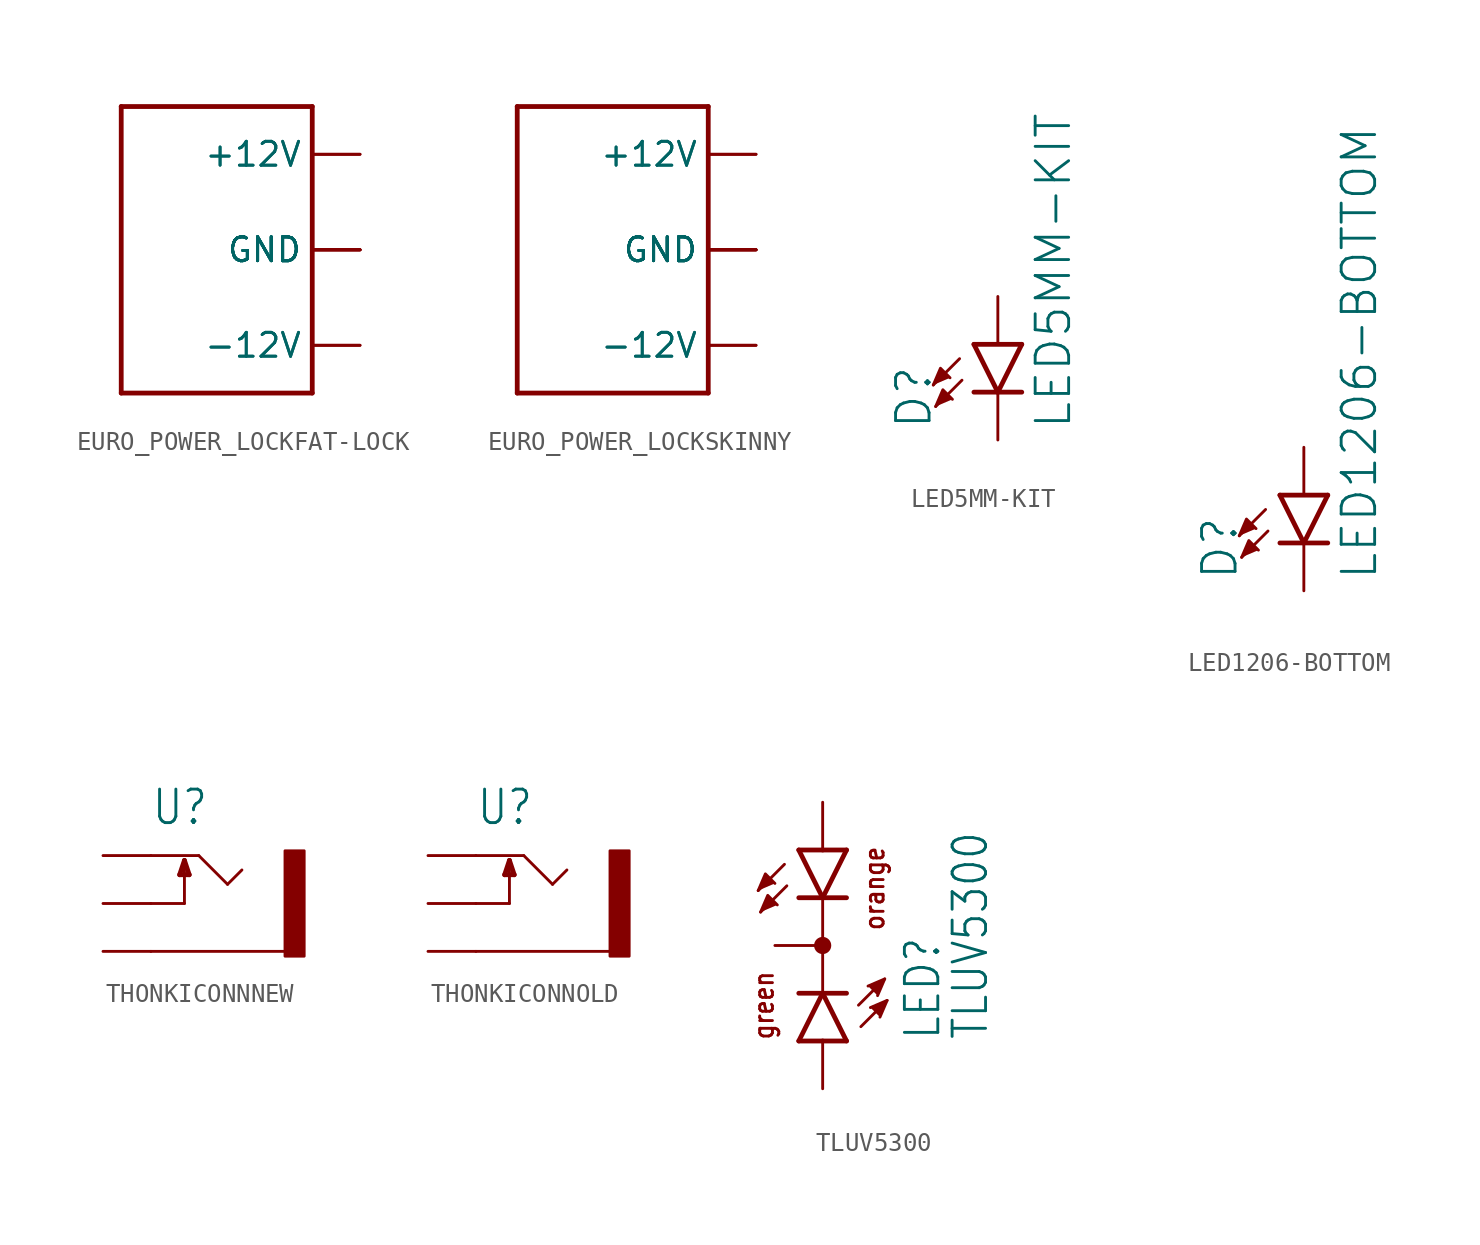
<source format=kicad_sym>
(kicad_symbol_lib
  (version 20211014)
  (generator kicad_symbol_editor)
  (symbol "EURO_POWER_LOCKFAT-LOCK"
    (property "Reference" "C"
      (at 0 0 0)
      (effects (font (size 1.27 1.27)) hide))
    (property "ki_locked" ""
      (at 0 0 0)
      (effects (font (size 1.27 1.27))))
    (symbol "EURO_POWER_LOCKFAT-LOCK_1_0"
      (polyline (pts (xy -7.62 7.62) (xy -7.62 -7.62)) (stroke (width 0.254) (type default) (color 0 0 0 0)) (fill (type none)))
      (polyline (pts (xy 2.54 -7.62) (xy -7.62 -7.62)) (stroke (width 0.254) (type default) (color 0 0 0 0)) (fill (type none)))
      (polyline (pts (xy 2.54 7.62) (xy -7.62 7.62)) (stroke (width 0.254) (type default) (color 0 0 0 0)) (fill (type none)))
      (polyline (pts (xy 2.54 7.62) (xy 2.54 -7.62)) (stroke (width 0.254) (type default) (color 0 0 0 0)) (fill (type none)))
      (pin bidirectional line (at 5.08 0 180) (length 2.54) (name "GND" (effects (font (size 1.27 1.27)))) (number "GND1" (effects (font (size 0 0)))))
      (pin bidirectional line (at 5.08 0 180) (length 2.54) (name "GND" (effects (font (size 1.27 1.27)))) (number "GND2" (effects (font (size 0 0)))))
      (pin bidirectional line (at 5.08 0 180) (length 2.54) (name "GND" (effects (font (size 1.27 1.27)))) (number "GND3" (effects (font (size 0 0)))))
      (pin bidirectional line (at 5.08 0 180) (length 2.54) (name "GND" (effects (font (size 1.27 1.27)))) (number "GND4" (effects (font (size 0 0)))))
      (pin bidirectional line (at 5.08 0 180) (length 2.54) (name "GND" (effects (font (size 1.27 1.27)))) (number "GND5" (effects (font (size 0 0)))))
      (pin bidirectional line (at 5.08 0 180) (length 2.54) (name "GND" (effects (font (size 1.27 1.27)))) (number "GND6" (effects (font (size 0 0)))))
      (pin bidirectional line (at 5.08 -5.08 180) (length 2.54) (name "-12V" (effects (font (size 1.27 1.27)))) (number "NEG1" (effects (font (size 0 0)))))
      (pin bidirectional line (at 5.08 -5.08 180) (length 2.54) (name "-12V" (effects (font (size 1.27 1.27)))) (number "NEG2" (effects (font (size 0 0)))))
      (pin bidirectional line (at 5.08 5.08 180) (length 2.54) (name "+12V" (effects (font (size 1.27 1.27)))) (number "POS1" (effects (font (size 0 0)))))
      (pin bidirectional line (at 5.08 5.08 180) (length 2.54) (name "+12V" (effects (font (size 1.27 1.27)))) (number "POS2" (effects (font (size 0 0)))))))
  (symbol "EURO_POWER_LOCKSKINNY"
    (property "Reference" "C"
      (at 0 0 0)
      (effects (font (size 1.27 1.27)) hide))
    (property "ki_locked" ""
      (at 0 0 0)
      (effects (font (size 1.27 1.27))))
    (symbol "EURO_POWER_LOCKSKINNY_1_0"
      (polyline (pts (xy -7.62 7.62) (xy -7.62 -7.62)) (stroke (width 0.254) (type default) (color 0 0 0 0)) (fill (type none)))
      (polyline (pts (xy 2.54 -7.62) (xy -7.62 -7.62)) (stroke (width 0.254) (type default) (color 0 0 0 0)) (fill (type none)))
      (polyline (pts (xy 2.54 7.62) (xy -7.62 7.62)) (stroke (width 0.254) (type default) (color 0 0 0 0)) (fill (type none)))
      (polyline (pts (xy 2.54 7.62) (xy 2.54 -7.62)) (stroke (width 0.254) (type default) (color 0 0 0 0)) (fill (type none)))
      (pin bidirectional line (at 5.08 -5.08 180) (length 2.54) (name "-12V" (effects (font (size 1.27 1.27)))) (number "1" (effects (font (size 0 0)))))
      (pin bidirectional line (at 5.08 5.08 180) (length 2.54) (name "+12V" (effects (font (size 1.27 1.27)))) (number "10" (effects (font (size 0 0)))))
      (pin bidirectional line (at 5.08 -5.08 180) (length 2.54) (name "-12V" (effects (font (size 1.27 1.27)))) (number "2" (effects (font (size 0 0)))))
      (pin bidirectional line (at 5.08 0 180) (length 2.54) (name "GND" (effects (font (size 1.27 1.27)))) (number "3" (effects (font (size 0 0)))))
      (pin bidirectional line (at 5.08 0 180) (length 2.54) (name "GND" (effects (font (size 1.27 1.27)))) (number "4" (effects (font (size 0 0)))))
      (pin bidirectional line (at 5.08 0 180) (length 2.54) (name "GND" (effects (font (size 1.27 1.27)))) (number "5" (effects (font (size 0 0)))))
      (pin bidirectional line (at 5.08 0 180) (length 2.54) (name "GND" (effects (font (size 1.27 1.27)))) (number "6" (effects (font (size 0 0)))))
      (pin bidirectional line (at 5.08 0 180) (length 2.54) (name "GND" (effects (font (size 1.27 1.27)))) (number "7" (effects (font (size 0 0)))))
      (pin bidirectional line (at 5.08 0 180) (length 2.54) (name "GND" (effects (font (size 1.27 1.27)))) (number "8" (effects (font (size 0 0)))))
      (pin bidirectional line (at 5.08 5.08 180) (length 2.54) (name "+12V" (effects (font (size 1.27 1.27)))) (number "9" (effects (font (size 0 0)))))))
  (symbol "LED5MM-KIT"
    (property "Reference" "D"
      (at -3.429 -4.572 90)
      (effects (font (size 1.778 1.778)) (justify left bottom)))
    (property "Value" "LED5MM-KIT"
      (at 1.905 -4.572 90)
      (effects (font (size 1.778 1.778)) (justify left top)))
    (property "ki_locked" ""
      (at 0 0 0)
      (effects (font (size 1.27 1.27))))
    (symbol "LED5MM-KIT_1_0"
      (polyline (pts (xy -2.032 -0.762) (xy -3.429 -2.159)) (stroke (width 0.152) (type default) (color 0 0 0 0)) (fill (type none)))
      (polyline (pts (xy -1.905 -1.905) (xy -3.302 -3.302)) (stroke (width 0.152) (type default) (color 0 0 0 0)) (fill (type none)))
      (polyline (pts (xy 0 -2.54) (xy -1.27 -2.54)) (stroke (width 0.254) (type default) (color 0 0 0 0)) (fill (type none)))
      (polyline (pts (xy 0 -2.54) (xy -1.27 0)) (stroke (width 0.254) (type default) (color 0 0 0 0)) (fill (type none)))
      (polyline (pts (xy 1.27 -2.54) (xy 0 -2.54)) (stroke (width 0.254) (type default) (color 0 0 0 0)) (fill (type none)))
      (polyline (pts (xy 1.27 0) (xy -1.27 0)) (stroke (width 0.254) (type default) (color 0 0 0 0)) (fill (type none)))
      (polyline (pts (xy 1.27 0) (xy 0 -2.54)) (stroke (width 0.254) (type default) (color 0 0 0 0)) (fill (type none)))
      (polyline (pts (xy -3.429 -2.159) (xy -3.048 -1.27) (xy -2.54 -1.778)) (stroke (width 0) (type default) (color 0 0 0 0)) (fill (type outline)))
      (polyline (pts (xy -3.302 -3.302) (xy -2.921 -2.413) (xy -2.413 -2.921)) (stroke (width 0) (type default) (color 0 0 0 0)) (fill (type outline)))
      (pin passive line (at 0 2.54 270) (length 2.54) (name "A" (effects (font (size 0 0)))) (number "A" (effects (font (size 0 0)))))
      (pin passive line (at 0 -5.08 90) (length 2.54) (name "C" (effects (font (size 0 0)))) (number "K" (effects (font (size 0 0)))))))
  (symbol "LED1206-BOTTOM"
    (property "Reference" "D"
      (at -3.429 -4.572 90)
      (effects (font (size 1.778 1.778)) (justify left bottom)))
    (property "Value" "LED1206-BOTTOM"
      (at 1.905 -4.572 90)
      (effects (font (size 1.778 1.778)) (justify left top)))
    (property "ki_locked" ""
      (at 0 0 0)
      (effects (font (size 1.27 1.27))))
    (symbol "LED1206-BOTTOM_1_0"
      (polyline (pts (xy -2.032 -0.762) (xy -3.429 -2.159)) (stroke (width 0.152) (type default) (color 0 0 0 0)) (fill (type none)))
      (polyline (pts (xy -1.905 -1.905) (xy -3.302 -3.302)) (stroke (width 0.152) (type default) (color 0 0 0 0)) (fill (type none)))
      (polyline (pts (xy 0 -2.54) (xy -1.27 -2.54)) (stroke (width 0.254) (type default) (color 0 0 0 0)) (fill (type none)))
      (polyline (pts (xy 0 -2.54) (xy -1.27 0)) (stroke (width 0.254) (type default) (color 0 0 0 0)) (fill (type none)))
      (polyline (pts (xy 1.27 -2.54) (xy 0 -2.54)) (stroke (width 0.254) (type default) (color 0 0 0 0)) (fill (type none)))
      (polyline (pts (xy 1.27 0) (xy -1.27 0)) (stroke (width 0.254) (type default) (color 0 0 0 0)) (fill (type none)))
      (polyline (pts (xy 1.27 0) (xy 0 -2.54)) (stroke (width 0.254) (type default) (color 0 0 0 0)) (fill (type none)))
      (polyline (pts (xy -3.429 -2.159) (xy -3.048 -1.27) (xy -2.54 -1.778)) (stroke (width 0) (type default) (color 0 0 0 0)) (fill (type outline)))
      (polyline (pts (xy -3.302 -3.302) (xy -2.921 -2.413) (xy -2.413 -2.921)) (stroke (width 0) (type default) (color 0 0 0 0)) (fill (type outline)))
      (pin passive line (at 0 2.54 270) (length 2.54) (name "A" (effects (font (size 0 0)))) (number "A" (effects (font (size 0 0)))))
      (pin passive line (at 0 -5.08 90) (length 2.54) (name "C" (effects (font (size 0 0)))) (number "C" (effects (font (size 0 0)))))))
  (symbol "THONKICONNNEW"
    (property "Reference" "U"
      (at -2.54 4.064 0)
      (effects (font (size 1.778 1.511)) (justify left bottom)))
    (property "ki_locked" ""
      (at 0 0 0)
      (effects (font (size 1.27 1.27))))
    (symbol "THONKICONNNEW_1_0"
      (polyline (pts (xy -2.54 -2.54) (xy 4.572 -2.54)) (stroke (width 0.152) (type default) (color 0 0 0 0)) (fill (type none)))
      (polyline (pts (xy -2.54 0) (xy -0.762 0)) (stroke (width 0.152) (type default) (color 0 0 0 0)) (fill (type none)))
      (polyline (pts (xy -2.54 2.54) (xy 0 2.54)) (stroke (width 0.152) (type default) (color 0 0 0 0)) (fill (type none)))
      (polyline (pts (xy -1.016 1.524) (xy -0.508 1.524)) (stroke (width 0.254) (type default) (color 0 0 0 0)) (fill (type none)))
      (polyline (pts (xy -0.762 0) (xy -0.762 2.286)) (stroke (width 0.152) (type default) (color 0 0 0 0)) (fill (type none)))
      (polyline (pts (xy -0.762 2.286) (xy -1.016 1.524)) (stroke (width 0.254) (type default) (color 0 0 0 0)) (fill (type none)))
      (polyline (pts (xy -0.508 1.524) (xy -0.762 2.286)) (stroke (width 0.254) (type default) (color 0 0 0 0)) (fill (type none)))
      (polyline (pts (xy 0 2.54) (xy 1.524 1.016)) (stroke (width 0.152) (type default) (color 0 0 0 0)) (fill (type none)))
      (polyline (pts (xy 1.524 1.016) (xy 2.286 1.778)) (stroke (width 0.152) (type default) (color 0 0 0 0)) (fill (type none)))
      (rectangle (start 4.572 2.794) (end 5.588 -2.794) (stroke (width 0) (type default) (color 0 0 0 0)) (fill (type outline)))
      (pin passive line (at -5.08 2.54 0) (length 2.54) (name "TIP" (effects (font (size 0 0)))) (number "P$1_TIP" (effects (font (size 0 0)))))
      (pin passive line (at -5.08 0 0) (length 2.54) (name "SWITCH" (effects (font (size 0 0)))) (number "P$2_SWITCH" (effects (font (size 0 0)))))
      (pin passive line (at -5.08 -2.54 0) (length 2.54) (name "SLEEVE" (effects (font (size 0 0)))) (number "P$3_SLEEVE" (effects (font (size 0 0)))))))
  (symbol "THONKICONNOLD"
    (property "Reference" "U"
      (at -2.54 4.064 0)
      (effects (font (size 1.778 1.511)) (justify left bottom)))
    (property "ki_locked" ""
      (at 0 0 0)
      (effects (font (size 1.27 1.27))))
    (symbol "THONKICONNOLD_1_0"
      (polyline (pts (xy -2.54 -2.54) (xy 4.572 -2.54)) (stroke (width 0.152) (type default) (color 0 0 0 0)) (fill (type none)))
      (polyline (pts (xy -2.54 0) (xy -0.762 0)) (stroke (width 0.152) (type default) (color 0 0 0 0)) (fill (type none)))
      (polyline (pts (xy -2.54 2.54) (xy 0 2.54)) (stroke (width 0.152) (type default) (color 0 0 0 0)) (fill (type none)))
      (polyline (pts (xy -1.016 1.524) (xy -0.508 1.524)) (stroke (width 0.254) (type default) (color 0 0 0 0)) (fill (type none)))
      (polyline (pts (xy -0.762 0) (xy -0.762 2.286)) (stroke (width 0.152) (type default) (color 0 0 0 0)) (fill (type none)))
      (polyline (pts (xy -0.762 2.286) (xy -1.016 1.524)) (stroke (width 0.254) (type default) (color 0 0 0 0)) (fill (type none)))
      (polyline (pts (xy -0.508 1.524) (xy -0.762 2.286)) (stroke (width 0.254) (type default) (color 0 0 0 0)) (fill (type none)))
      (polyline (pts (xy 0 2.54) (xy 1.524 1.016)) (stroke (width 0.152) (type default) (color 0 0 0 0)) (fill (type none)))
      (polyline (pts (xy 1.524 1.016) (xy 2.286 1.778)) (stroke (width 0.152) (type default) (color 0 0 0 0)) (fill (type none)))
      (rectangle (start 4.572 2.794) (end 5.588 -2.794) (stroke (width 0) (type default) (color 0 0 0 0)) (fill (type outline)))
      (pin passive line (at -5.08 -2.54 0) (length 2.54) (name "SLEEVE" (effects (font (size 0 0)))) (number "P$1_SLEEVE" (effects (font (size 0 0)))))
      (pin passive line (at -5.08 0 0) (length 2.54) (name "SWITCH" (effects (font (size 0 0)))) (number "P$2_SWITCH" (effects (font (size 0 0)))))
      (pin passive line (at -5.08 2.54 0) (length 2.54) (name "TIP" (effects (font (size 0 0)))) (number "P$3_TIP" (effects (font (size 0 0)))))))
  (symbol "TLUV5300"
    (property "Reference" "LED"
      (at 6.35 -5.08 90)
      (effects (font (size 1.778 1.511)) (justify left bottom)))
    (property "Value" "TLUV5300"
      (at 8.89 -5.08 90)
      (effects (font (size 1.778 1.511)) (justify left bottom)))
    (property "ki_locked" ""
      (at 0 0 0)
      (effects (font (size 1.27 1.27))))
    (symbol "TLUV5300_1_0"
      (polyline (pts (xy -2.032 4.318) (xy -3.429 2.921)) (stroke (width 0.152) (type default) (color 0 0 0 0)) (fill (type none)))
      (polyline (pts (xy -1.905 3.175) (xy -3.302 1.778)) (stroke (width 0.152) (type default) (color 0 0 0 0)) (fill (type none)))
      (polyline (pts (xy -1.27 -5.08) (xy 0 -5.08)) (stroke (width 0.254) (type default) (color 0 0 0 0)) (fill (type none)))
      (polyline (pts (xy -1.27 -5.08) (xy 0 -2.54)) (stroke (width 0.254) (type default) (color 0 0 0 0)) (fill (type none)))
      (polyline (pts (xy -1.27 -2.54) (xy 0 -2.54)) (stroke (width 0.254) (type default) (color 0 0 0 0)) (fill (type none)))
      (polyline (pts (xy 0 -5.08) (xy 1.27 -5.08)) (stroke (width 0.254) (type default) (color 0 0 0 0)) (fill (type none)))
      (polyline (pts (xy 0 -2.54) (xy 1.27 -5.08)) (stroke (width 0.254) (type default) (color 0 0 0 0)) (fill (type none)))
      (polyline (pts (xy 0 -2.54) (xy 1.27 -2.54)) (stroke (width 0.254) (type default) (color 0 0 0 0)) (fill (type none)))
      (polyline (pts (xy 0 2.54) (xy -1.27 2.54)) (stroke (width 0.254) (type default) (color 0 0 0 0)) (fill (type none)))
      (polyline (pts (xy 0 2.54) (xy -1.27 5.08)) (stroke (width 0.254) (type default) (color 0 0 0 0)) (fill (type none)))
      (polyline (pts (xy 0 2.54) (xy 0 -2.54)) (stroke (width 0.152) (type default) (color 0 0 0 0)) (fill (type none)))
      (polyline (pts (xy 0 5.08) (xy -1.27 5.08)) (stroke (width 0.254) (type default) (color 0 0 0 0)) (fill (type none)))
      (polyline (pts (xy 1.27 2.54) (xy 0 2.54)) (stroke (width 0.254) (type default) (color 0 0 0 0)) (fill (type none)))
      (polyline (pts (xy 1.27 5.08) (xy 0 2.54)) (stroke (width 0.254) (type default) (color 0 0 0 0)) (fill (type none)))
      (polyline (pts (xy 1.27 5.08) (xy 0 5.08)) (stroke (width 0.254) (type default) (color 0 0 0 0)) (fill (type none)))
      (polyline (pts (xy 1.905 -3.175) (xy 3.302 -1.778)) (stroke (width 0.152) (type default) (color 0 0 0 0)) (fill (type none)))
      (polyline (pts (xy 2.032 -4.318) (xy 3.429 -2.921)) (stroke (width 0.152) (type default) (color 0 0 0 0)) (fill (type none)))
      (polyline (pts (xy -3.429 2.921) (xy -3.048 3.81) (xy -2.54 3.302)) (stroke (width 0) (type default) (color 0 0 0 0)) (fill (type outline)))
      (polyline (pts (xy -3.302 1.778) (xy -2.921 2.667) (xy -2.413 2.159)) (stroke (width 0) (type default) (color 0 0 0 0)) (fill (type outline)))
      (polyline (pts (xy 2.413 -2.159) (xy 3.302 -1.778) (xy 2.921 -2.667)) (stroke (width 0) (type default) (color 0 0 0 0)) (fill (type outline)))
      (polyline (pts (xy 2.54 -3.302) (xy 3.429 -2.921) (xy 3.048 -3.81)) (stroke (width 0) (type default) (color 0 0 0 0)) (fill (type outline)))
      (circle (center 0 0) (radius 0.254) (stroke (width 0.406) (type default) (color 0 0 0 0)) (fill (type none)))
      (text "green" (at -2.54 -5.08 900) (effects (font (size 1.016 0.864)) (justify left bottom)))
      (text "orange" (at 2.159 5.334 900) (effects (font (size 1.016 0.864)) (justify right top)))
      (pin passive line (at 0 -7.62 90) (length 2.54) (name "AG" (effects (font (size 0 0)))) (number "AG" (effects (font (size 0 0)))))
      (pin passive line (at 0 7.62 270) (length 2.54) (name "AO" (effects (font (size 0 0)))) (number "AO" (effects (font (size 0 0)))))
      (pin passive line (at -2.54 0 0) (length 2.54) (name "CC" (effects (font (size 0 0)))) (number "CC" (effects (font (size 0 0))))))))
</source>
